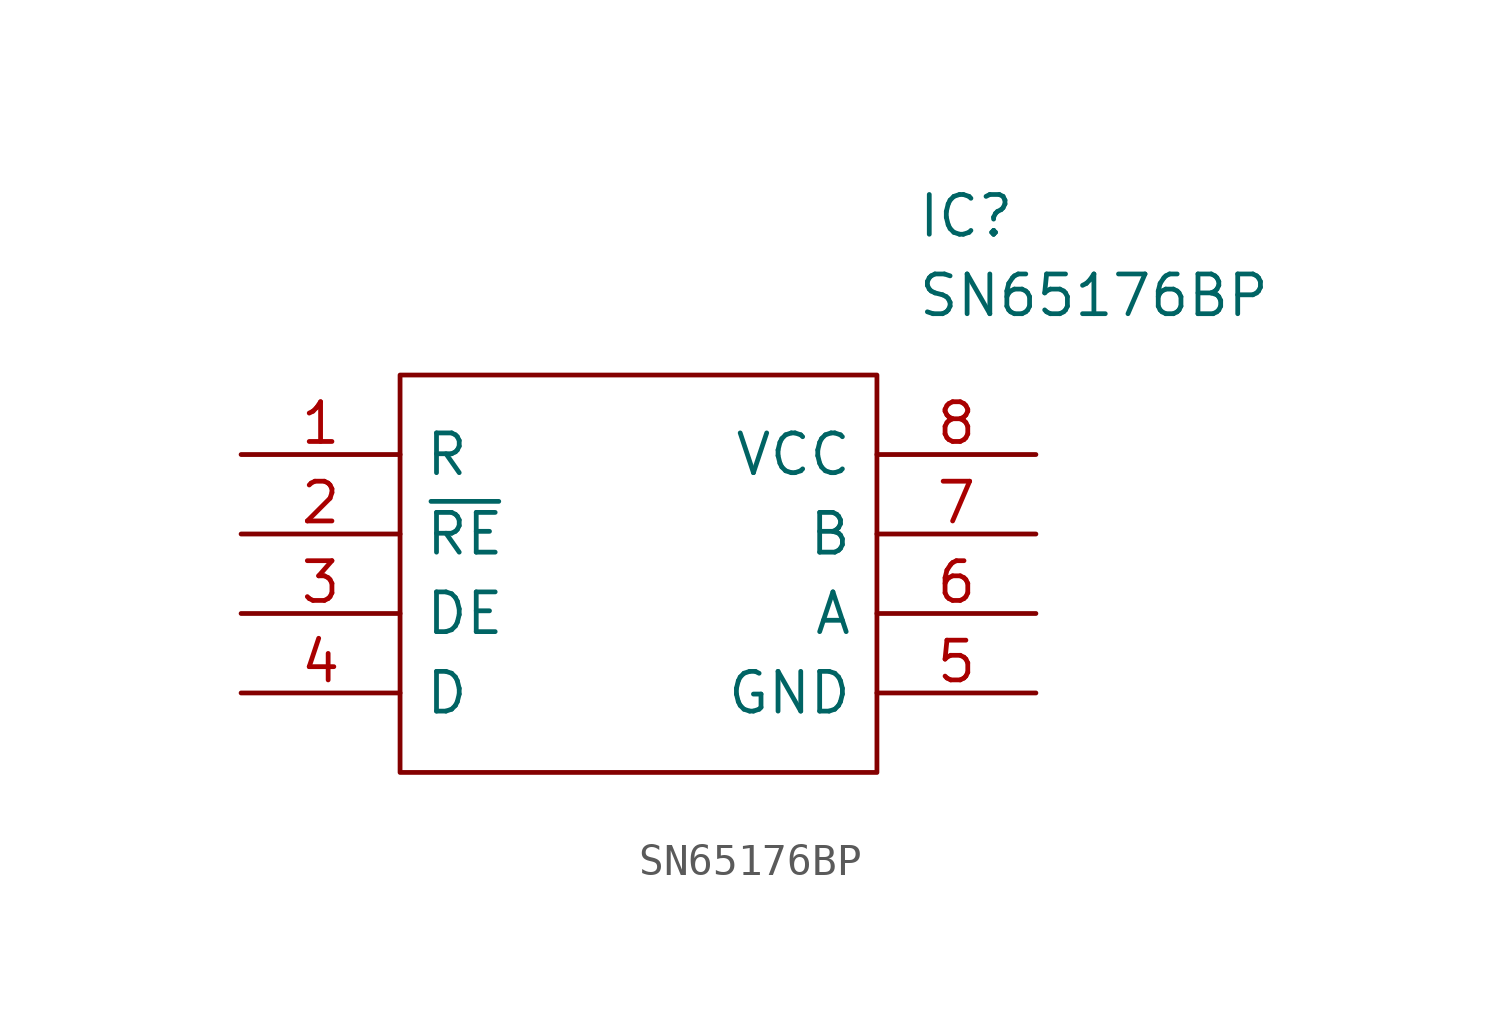
<source format=kicad_sym>
(kicad_symbol_lib
  (version 20211014)
  (generator kicad_symbol_editor)
  (symbol "SN65176BP"
    (pin_names
      (offset 0.762))
    (property "Reference" "IC"
      (at 21.59 7.62 0)
      (effects (font (size 1.27 1.27)) (justify left)))
    (property "Value" "SN65176BP"
      (at 21.59 5.08 0)
      (effects (font (size 1.27 1.27)) (justify left)))
    (symbol "SN65176BP_0_0"
      (pin passive line (at 0 0 0) (length 5.08) (name "R" (effects (font (size 1.27 1.27)))) (number "1" (effects (font (size 1.27 1.27)))))
      (pin passive line (at 0 -2.54 0) (length 5.08) (name "~{RE}" (effects (font (size 1.27 1.27)))) (number "2" (effects (font (size 1.27 1.27)))))
      (pin passive line (at 0 -5.08 0) (length 5.08) (name "DE" (effects (font (size 1.27 1.27)))) (number "3" (effects (font (size 1.27 1.27)))))
      (pin passive line (at 0 -7.62 0) (length 5.08) (name "D" (effects (font (size 1.27 1.27)))) (number "4" (effects (font (size 1.27 1.27)))))
      (pin passive line (at 25.4 -7.62 180) (length 5.08) (name "GND" (effects (font (size 1.27 1.27)))) (number "5" (effects (font (size 1.27 1.27)))))
      (pin passive line (at 25.4 -5.08 180) (length 5.08) (name "A" (effects (font (size 1.27 1.27)))) (number "6" (effects (font (size 1.27 1.27)))))
      (pin passive line (at 25.4 -2.54 180) (length 5.08) (name "B" (effects (font (size 1.27 1.27)))) (number "7" (effects (font (size 1.27 1.27)))))
      (pin passive line (at 25.4 0 180) (length 5.08) (name "VCC" (effects (font (size 1.27 1.27)))) (number "8" (effects (font (size 1.27 1.27))))))
    (symbol "SN65176BP_0_1"
      (polyline (pts (xy 5.08 2.54) (xy 20.32 2.54) (xy 20.32 -10.16) (xy 5.08 -10.16) (xy 5.08 2.54)) (stroke (width 0.152) (type default) (color 0 0 0 0)) (fill (type none))))))
</source>
